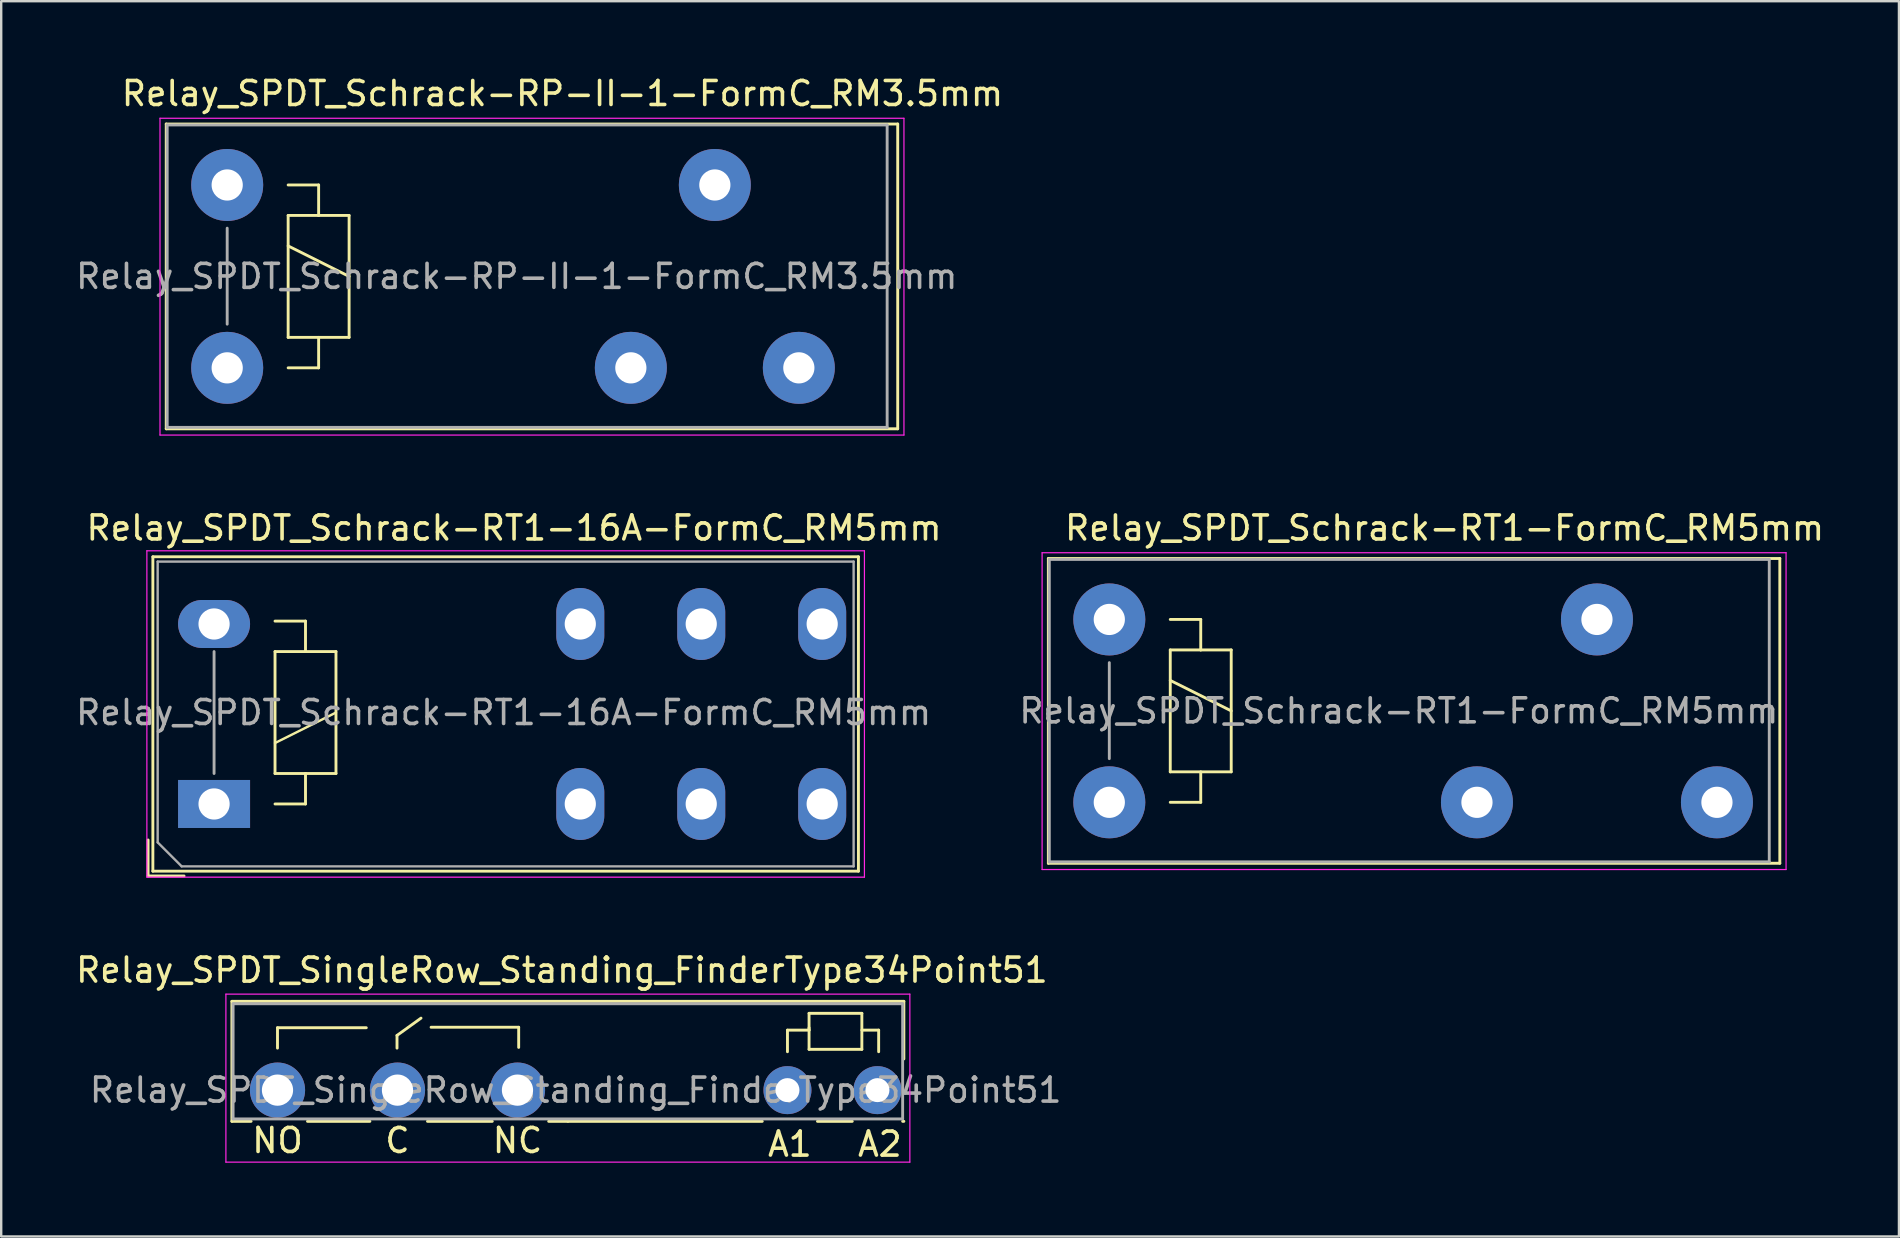
<source format=kicad_pcb>
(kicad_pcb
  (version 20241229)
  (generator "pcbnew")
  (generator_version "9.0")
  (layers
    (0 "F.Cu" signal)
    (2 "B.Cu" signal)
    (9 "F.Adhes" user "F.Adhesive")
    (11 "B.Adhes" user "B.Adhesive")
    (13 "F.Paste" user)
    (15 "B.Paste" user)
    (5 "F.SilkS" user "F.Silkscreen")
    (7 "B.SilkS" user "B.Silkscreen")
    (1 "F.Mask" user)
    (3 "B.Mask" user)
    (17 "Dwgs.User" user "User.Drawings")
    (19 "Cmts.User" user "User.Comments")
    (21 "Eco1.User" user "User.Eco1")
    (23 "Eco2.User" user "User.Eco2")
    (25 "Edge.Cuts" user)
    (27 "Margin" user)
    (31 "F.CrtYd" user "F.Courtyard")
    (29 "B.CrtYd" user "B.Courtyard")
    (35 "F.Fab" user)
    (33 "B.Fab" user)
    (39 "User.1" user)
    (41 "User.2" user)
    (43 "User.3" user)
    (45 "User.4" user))
  (footprint "Relay_SPDT_SingleRow_Standing_FinderType34Point51"
    (layer "F.Cu")
    (at 29.763 42.375)
    (property "Reference" "Relay_SPDT_SingleRow_Standing_FinderType34Point51" (at -9.4 -5 0) (layer "F.SilkS") (effects (font (size 1 1) (thickness 0.15))))
    (attr through_hole)
    (fp_line (start -23.15 -3.7) (end 4.85 -3.7) (stroke (width 0.12) (type solid)) (layer "F.SilkS"))
    (fp_line (start -23.15 1.3) (end -23.15 -3.7) (stroke (width 0.12) (type solid)) (layer "F.SilkS"))
    (fp_line (start -22.35 1.3) (end -23.15 1.3) (stroke (width 0.12) (type solid)) (layer "F.SilkS"))
    (fp_line (start -21.25 -2.6) (end -21.25 -1.75) (stroke (width 0.12) (type solid)) (layer "F.SilkS"))
    (fp_line (start -17.55 -2.6) (end -21.25 -2.6) (stroke (width 0.12) (type solid)) (layer "F.SilkS"))
    (fp_line (start -17.4 1.3) (end -20 1.3) (stroke (width 0.12) (type solid)) (layer "F.SilkS"))
    (fp_line (start -16.27 -2.28) (end -15.27 -3) (stroke (width 0.12) (type solid)) (layer "F.SilkS"))
    (fp_line (start -16.27 -1.75) (end -16.27 -2.28) (stroke (width 0.12) (type solid)) (layer "F.SilkS"))
    (fp_line (start -14.85 -2.62) (end -11.2 -2.62) (stroke (width 0.12) (type solid)) (layer "F.SilkS"))
    (fp_line (start -12.3 1.3) (end -15 1.3) (stroke (width 0.12) (type solid)) (layer "F.SilkS"))
    (fp_line (start -11.2 -2.62) (end -11.2 -1.78) (stroke (width 0.12) (type solid)) (layer "F.SilkS"))
    (fp_line (start -9.15 1.3) (end -9.95 1.3) (stroke (width 0.12) (type solid)) (layer "F.SilkS"))
    (fp_line (start -1.05 1.3) (end -9.15 1.3) (stroke (width 0.12) (type solid)) (layer "F.SilkS"))
    (fp_line (start 0 -2.5) (end 0.9 -2.5) (stroke (width 0.12) (type solid)) (layer "F.SilkS"))
    (fp_line (start 0 -1.6) (end 0 -2.5) (stroke (width 0.12) (type solid)) (layer "F.SilkS"))
    (fp_line (start 0.9 -3.2) (end 3.1 -3.2) (stroke (width 0.12) (type solid)) (layer "F.SilkS"))
    (fp_line (start 0.9 -2.5) (end 0.9 -3.2) (stroke (width 0.12) (type solid)) (layer "F.SilkS"))
    (fp_line (start 0.9 -1.7) (end 0.9 -2.6) (stroke (width 0.12) (type solid)) (layer "F.SilkS"))
    (fp_line (start 2.7 1.3) (end 1.25 1.3) (stroke (width 0.12) (type solid)) (layer "F.SilkS"))
    (fp_line (start 3.1 -3.2) (end 3.1 -1.7) (stroke (width 0.12) (type solid)) (layer "F.SilkS"))
    (fp_line (start 3.1 -2.5) (end 3.8 -2.5) (stroke (width 0.12) (type solid)) (layer "F.SilkS"))
    (fp_line (start 3.1 -1.7) (end 0.9 -1.7) (stroke (width 0.12) (type solid)) (layer "F.SilkS"))
    (fp_line (start 3.8 -2.5) (end 3.8 -1.6) (stroke (width 0.12) (type solid)) (layer "F.SilkS"))
    (fp_line (start 4.85 -3.7) (end 4.85 -1.3) (stroke (width 0.12) (type solid)) (layer "F.SilkS"))
    (fp_line (start 4.85 1.3) (end 4.8 1.3) (stroke (width 0.12) (type solid)) (layer "F.SilkS"))
    (fp_line (start -23.4 -4) (end -23.4 3) (stroke (width 0.05) (type solid)) (layer "F.CrtYd"))
    (fp_line (start -23.4 -4) (end 5.1 -4) (stroke (width 0.05) (type solid)) (layer "F.CrtYd"))
    (fp_line (start -23.4 3) (end 5.1 3) (stroke (width 0.05) (type solid)) (layer "F.CrtYd"))
    (fp_line (start 5.1 -4) (end 5.1 3) (stroke (width 0.05) (type solid)) (layer "F.CrtYd"))
    (fp_line (start -23.1 -3.6) (end 4.8 -3.6) (stroke (width 0.12) (type solid)) (layer "F.Fab"))
    (fp_line (start -23.1 1.2) (end -23.1 -3.6) (stroke (width 0.12) (type solid)) (layer "F.Fab"))
    (fp_line (start 4.8 -3.6) (end 4.8 1.2) (stroke (width 0.12) (type solid)) (layer "F.Fab"))
    (fp_line (start 4.8 1.2) (end -23.1 1.2) (stroke (width 0.12) (type solid)) (layer "F.Fab"))
    (fp_text user "C" (at -16.25 2.1 0) (layer "F.SilkS") (effects (font (size 1 1) (thickness 0.15))))
    (fp_text user "A2" (at 3.85 2.25 0) (layer "F.SilkS") (effects (font (size 1 1) (thickness 0.15))))
    (fp_text user "A1" (at 0.1 2.25 0) (layer "F.SilkS") (effects (font (size 1 1) (thickness 0.15))))
    (fp_text user "NC" (at -11.25 2.1 0) (layer "F.SilkS") (effects (font (size 1 1) (thickness 0.15))))
    (fp_text user "NO" (at -21.25 2.1 0) (layer "F.SilkS") (effects (font (size 1 1) (thickness 0.15))))
    (fp_text user "${REFERENCE}" (at -8.825 0 0) (layer "F.Fab") (effects (font (size 1 1) (thickness 0.15))))
    (pad "11" thru_hole circle (at -16.25 0 180) (size 2.3 2.3) (drill 1.3) (layers "*.Cu" "*.Mask"))
    (pad "12" thru_hole circle (at -11.25 0 180) (size 2.3 2.3) (drill 1.3) (layers "*.Cu" "*.Mask"))
    (pad "14" thru_hole circle (at -21.25 0 180) (size 2.3 2.3) (drill 1.3) (layers "*.Cu" "*.Mask"))
    (pad "A1" thru_hole circle (at 0 0 180) (size 2 2) (drill 1) (layers "*.Cu" "*.Mask"))
    (pad "A2" thru_hole circle (at 3.75 0 180) (size 2 2) (drill 1) (layers "*.Cu" "*.Mask")))
  (footprint "Relay_SPDT_Schrack-RT1-16A-FormC_RM5mm"
    (layer "F.Cu")
    (at 5.87 30.451)
    (property "Reference" "Relay_SPDT_Schrack-RT1-16A-FormC_RM5mm" (at 12.5 -11.5 0) (layer "F.SilkS") (effects (font (size 1 1) (thickness 0.15))))
    (attr through_hole)
    (fp_line (start -2.75 1.5) (end -2.75 3) (stroke (width 0.12) (type solid)) (layer "F.SilkS"))
    (fp_line (start -2.75 3) (end -1.25 3) (stroke (width 0.12) (type solid)) (layer "F.SilkS"))
    (fp_line (start -2.55 -10.3) (end -2.55 2.8) (stroke (width 0.12) (type solid)) (layer "F.SilkS"))
    (fp_line (start -2.55 2.8) (end 26.85 2.8) (stroke (width 0.12) (type solid)) (layer "F.SilkS"))
    (fp_line (start 2.54 -6.35) (end 2.54 -1.27) (stroke (width 0.12) (type solid)) (layer "F.SilkS"))
    (fp_line (start 2.54 -2.54) (end 5.08 -3.81) (stroke (width 0.1) (type solid)) (layer "F.SilkS"))
    (fp_line (start 2.54 -1.27) (end 3.81 -1.27) (stroke (width 0.12) (type solid)) (layer "F.SilkS"))
    (fp_line (start 2.54 0) (end 3.81 0) (stroke (width 0.12) (type solid)) (layer "F.SilkS"))
    (fp_line (start 3.81 -7.62) (end 2.54 -7.62) (stroke (width 0.12) (type solid)) (layer "F.SilkS"))
    (fp_line (start 3.81 -6.35) (end 3.81 -7.62) (stroke (width 0.12) (type solid)) (layer "F.SilkS"))
    (fp_line (start 3.81 -1.27) (end 5.08 -1.27) (stroke (width 0.12) (type solid)) (layer "F.SilkS"))
    (fp_line (start 3.81 0) (end 3.81 -1.27) (stroke (width 0.12) (type solid)) (layer "F.SilkS"))
    (fp_line (start 5.08 -6.35) (end 2.54 -6.35) (stroke (width 0.12) (type solid)) (layer "F.SilkS"))
    (fp_line (start 5.08 -1.27) (end 5.08 -6.35) (stroke (width 0.12) (type solid)) (layer "F.SilkS"))
    (fp_line (start 26.85 -10.3) (end -2.55 -10.3) (stroke (width 0.12) (type solid)) (layer "F.SilkS"))
    (fp_line (start 26.85 2.8) (end 26.85 -10.3) (stroke (width 0.12) (type solid)) (layer "F.SilkS"))
    (fp_line (start -2.8 -10.55) (end -2.8 3.05) (stroke (width 0.05) (type solid)) (layer "F.CrtYd"))
    (fp_line (start -2.8 3.05) (end 27.1 3.05) (stroke (width 0.05) (type solid)) (layer "F.CrtYd"))
    (fp_line (start 27.1 -10.55) (end -2.8 -10.55) (stroke (width 0.05) (type solid)) (layer "F.CrtYd"))
    (fp_line (start 27.1 3.05) (end 27.1 -10.55) (stroke (width 0.05) (type solid)) (layer "F.CrtYd"))
    (fp_line (start -2.35 -10.1) (end -2.35 1.6) (stroke (width 0.1) (type solid)) (layer "F.Fab"))
    (fp_line (start -2.35 1.6) (end -1.35 2.6) (stroke (width 0.1) (type solid)) (layer "F.Fab"))
    (fp_line (start -1.35 2.6) (end 26.65 2.6) (stroke (width 0.1) (type solid)) (layer "F.Fab"))
    (fp_line (start 0 -1.27) (end 0 -6.35) (stroke (width 0.12) (type solid)) (layer "F.Fab"))
    (fp_line (start 26.65 -10.1) (end -2.35 -10.1) (stroke (width 0.1) (type solid)) (layer "F.Fab"))
    (fp_line (start 26.65 2.6) (end 26.65 -10.1) (stroke (width 0.1) (type solid)) (layer "F.Fab"))
    (fp_text user "${REFERENCE}" (at 12.065 -3.81 180) (layer "F.Fab") (effects (font (size 1 1) (thickness 0.15))))
    (pad "11" thru_hole oval (at 20.3 -7.5 180) (size 2 3) (drill 1.3) (layers "*.Cu" "*.Mask"))
    (pad "11" thru_hole oval (at 20.3 0 180) (size 2 3) (drill 1.3) (layers "*.Cu" "*.Mask"))
    (pad "12" thru_hole oval (at 15.26 -7.5 180) (size 2 3) (drill 1.3) (layers "*.Cu" "*.Mask"))
    (pad "12" thru_hole oval (at 15.26 0 180) (size 2 3) (drill 1.3) (layers "*.Cu" "*.Mask"))
    (pad "14" thru_hole oval (at 25.34 -7.5 180) (size 2 3) (drill 1.3) (layers "*.Cu" "*.Mask"))
    (pad "14" thru_hole oval (at 25.34 0 180) (size 2 3) (drill 1.3) (layers "*.Cu" "*.Mask"))
    (pad "A1" thru_hole rect (at 0 0 180) (size 3 2) (drill 1.3) (layers "*.Cu" "*.Mask"))
    (pad "A2" thru_hole oval (at 0 -7.5 180) (size 3 2) (drill 1.3) (layers "*.Cu" "*.Mask")))
  (footprint "Relay_SPDT_Schrack-RP-II-1-FormC_RM3.5mm"
    (layer "F.Cu")
    (at 6.417 4.658)
    (property "Reference" "Relay_SPDT_Schrack-RP-II-1-FormC_RM3.5mm" (at 13.97 -3.81 0) (layer "F.SilkS") (effects (font (size 1 1) (thickness 0.15))))
    (attr through_hole)
    (fp_line (start -2.54 -2.54) (end 27.94 -2.54) (stroke (width 0.12) (type solid)) (layer "F.SilkS"))
    (fp_line (start -2.54 10.16) (end -2.54 -2.54) (stroke (width 0.12) (type solid)) (layer "F.SilkS"))
    (fp_line (start 2.54 0) (end 3.81 0) (stroke (width 0.12) (type solid)) (layer "F.SilkS"))
    (fp_line (start 2.54 1.27) (end 3.81 1.27) (stroke (width 0.12) (type solid)) (layer "F.SilkS"))
    (fp_line (start 2.54 2.54) (end 5.08 3.81) (stroke (width 0.12) (type solid)) (layer "F.SilkS"))
    (fp_line (start 2.54 6.35) (end 2.54 1.27) (stroke (width 0.12) (type solid)) (layer "F.SilkS"))
    (fp_line (start 3.81 0) (end 3.81 1.27) (stroke (width 0.12) (type solid)) (layer "F.SilkS"))
    (fp_line (start 3.81 1.27) (end 5.08 1.27) (stroke (width 0.12) (type solid)) (layer "F.SilkS"))
    (fp_line (start 3.81 6.35) (end 3.81 7.62) (stroke (width 0.12) (type solid)) (layer "F.SilkS"))
    (fp_line (start 3.81 7.62) (end 2.54 7.62) (stroke (width 0.12) (type solid)) (layer "F.SilkS"))
    (fp_line (start 5.08 1.27) (end 5.08 6.35) (stroke (width 0.12) (type solid)) (layer "F.SilkS"))
    (fp_line (start 5.08 6.35) (end 2.54 6.35) (stroke (width 0.12) (type solid)) (layer "F.SilkS"))
    (fp_line (start 27.94 -2.54) (end 27.94 10.16) (stroke (width 0.12) (type solid)) (layer "F.SilkS"))
    (fp_line (start 27.94 10.16) (end -2.54 10.16) (stroke (width 0.12) (type solid)) (layer "F.SilkS"))
    (fp_line (start -2.8 -2.78) (end 28.2 -2.78) (stroke (width 0.05) (type solid)) (layer "F.CrtYd"))
    (fp_line (start -2.8 10.42) (end -2.8 -2.78) (stroke (width 0.05) (type solid)) (layer "F.CrtYd"))
    (fp_line (start 28.2 -2.78) (end 28.2 10.42) (stroke (width 0.05) (type solid)) (layer "F.CrtYd"))
    (fp_line (start 28.2 10.42) (end -2.8 10.42) (stroke (width 0.05) (type solid)) (layer "F.CrtYd"))
    (fp_line (start -2.5 -2.5) (end 27.5 -2.5) (stroke (width 0.12) (type solid)) (layer "F.Fab"))
    (fp_line (start -2.5 10.1) (end -2.5 -2.5) (stroke (width 0.12) (type solid)) (layer "F.Fab"))
    (fp_line (start 0 1.8) (end 0 5.8) (stroke (width 0.12) (type solid)) (layer "F.Fab"))
    (fp_line (start 27.5 -2.5) (end 27.5 10.1) (stroke (width 0.12) (type solid)) (layer "F.Fab"))
    (fp_line (start 27.5 10.1) (end -2.5 10.1) (stroke (width 0.12) (type solid)) (layer "F.Fab"))
    (fp_text user "${REFERENCE}" (at 12.065 3.81 0) (layer "F.Fab") (effects (font (size 1 1) (thickness 0.15))))
    (pad "11" thru_hole circle (at 20.32 0) (size 3 3) (drill 1.3) (layers "*.Cu" "*.Mask"))
    (pad "12" thru_hole circle (at 16.82 7.62) (size 3 3) (drill 1.3) (layers "*.Cu" "*.Mask"))
    (pad "14" thru_hole circle (at 23.82 7.62) (size 3 3) (drill 1.3) (layers "*.Cu" "*.Mask"))
    (pad "A1" thru_hole circle (at 0 0) (size 3 3) (drill 1.3) (layers "*.Cu" "*.Mask"))
    (pad "A2" thru_hole circle (at 0 7.62) (size 3 3) (drill 1.3) (layers "*.Cu" "*.Mask")))
  (footprint "Relay_SPDT_Schrack-RT1-FormC_RM5mm"
    (layer "F.Cu")
    (at 43.174 22.762)
    (property "Reference" "Relay_SPDT_Schrack-RT1-FormC_RM5mm" (at 13.97 -3.81 0) (layer "F.SilkS") (effects (font (size 1 1) (thickness 0.15))))
    (attr through_hole)
    (fp_line (start -2.54 -2.54) (end 27.94 -2.54) (stroke (width 0.12) (type solid)) (layer "F.SilkS"))
    (fp_line (start -2.54 10.16) (end -2.54 -2.54) (stroke (width 0.12) (type solid)) (layer "F.SilkS"))
    (fp_line (start 2.54 0) (end 3.81 0) (stroke (width 0.12) (type solid)) (layer "F.SilkS"))
    (fp_line (start 2.54 1.27) (end 3.81 1.27) (stroke (width 0.12) (type solid)) (layer "F.SilkS"))
    (fp_line (start 2.54 2.54) (end 5.08 3.81) (stroke (width 0.12) (type solid)) (layer "F.SilkS"))
    (fp_line (start 2.54 6.35) (end 2.54 1.27) (stroke (width 0.12) (type solid)) (layer "F.SilkS"))
    (fp_line (start 3.81 0) (end 3.81 1.27) (stroke (width 0.12) (type solid)) (layer "F.SilkS"))
    (fp_line (start 3.81 1.27) (end 5.08 1.27) (stroke (width 0.12) (type solid)) (layer "F.SilkS"))
    (fp_line (start 3.81 6.35) (end 3.81 7.62) (stroke (width 0.12) (type solid)) (layer "F.SilkS"))
    (fp_line (start 3.81 7.62) (end 2.54 7.62) (stroke (width 0.12) (type solid)) (layer "F.SilkS"))
    (fp_line (start 5.08 1.27) (end 5.08 6.35) (stroke (width 0.12) (type solid)) (layer "F.SilkS"))
    (fp_line (start 5.08 6.35) (end 2.54 6.35) (stroke (width 0.12) (type solid)) (layer "F.SilkS"))
    (fp_line (start 27.94 -2.54) (end 27.94 10.16) (stroke (width 0.12) (type solid)) (layer "F.SilkS"))
    (fp_line (start 27.94 10.16) (end -2.54 10.16) (stroke (width 0.12) (type solid)) (layer "F.SilkS"))
    (fp_line (start -2.8 -2.78) (end 28.2 -2.78) (stroke (width 0.05) (type solid)) (layer "F.CrtYd"))
    (fp_line (start -2.8 10.42) (end -2.8 -2.78) (stroke (width 0.05) (type solid)) (layer "F.CrtYd"))
    (fp_line (start 28.2 -2.78) (end 28.2 10.42) (stroke (width 0.05) (type solid)) (layer "F.CrtYd"))
    (fp_line (start 28.2 10.42) (end -2.8 10.42) (stroke (width 0.05) (type solid)) (layer "F.CrtYd"))
    (fp_line (start -2.5 -2.5) (end 27.5 -2.5) (stroke (width 0.12) (type solid)) (layer "F.Fab"))
    (fp_line (start -2.5 10.1) (end -2.5 -2.5) (stroke (width 0.12) (type solid)) (layer "F.Fab"))
    (fp_line (start 0 1.8) (end 0 5.8) (stroke (width 0.12) (type solid)) (layer "F.Fab"))
    (fp_line (start 27.5 -2.5) (end 27.5 10.1) (stroke (width 0.12) (type solid)) (layer "F.Fab"))
    (fp_line (start 27.5 10.1) (end -2.5 10.1) (stroke (width 0.12) (type solid)) (layer "F.Fab"))
    (fp_text user "${REFERENCE}" (at 12.065 3.81 0) (layer "F.Fab") (effects (font (size 1 1) (thickness 0.15))))
    (pad "11" thru_hole circle (at 20.32 0) (size 3 3) (drill 1.3) (layers "*.Cu" "*.Mask"))
    (pad "12" thru_hole circle (at 15.32 7.62) (size 3 3) (drill 1.3) (layers "*.Cu" "*.Mask"))
    (pad "14" thru_hole circle (at 25.32 7.62) (size 3 3) (drill 1.3) (layers "*.Cu" "*.Mask"))
    (pad "A1" thru_hole circle (at 0 0) (size 3 3) (drill 1.3) (layers "*.Cu" "*.Mask"))
    (pad "A2" thru_hole circle (at 0 7.62) (size 3 3) (drill 1.3) (layers "*.Cu" "*.Mask")))
  (gr_rect
    (start -3 -3)
    (end 76.078 48.473)
    (stroke (width 0.1) (type default))
    (fill no)
    (layer "Edge.Cuts")))
</source>
